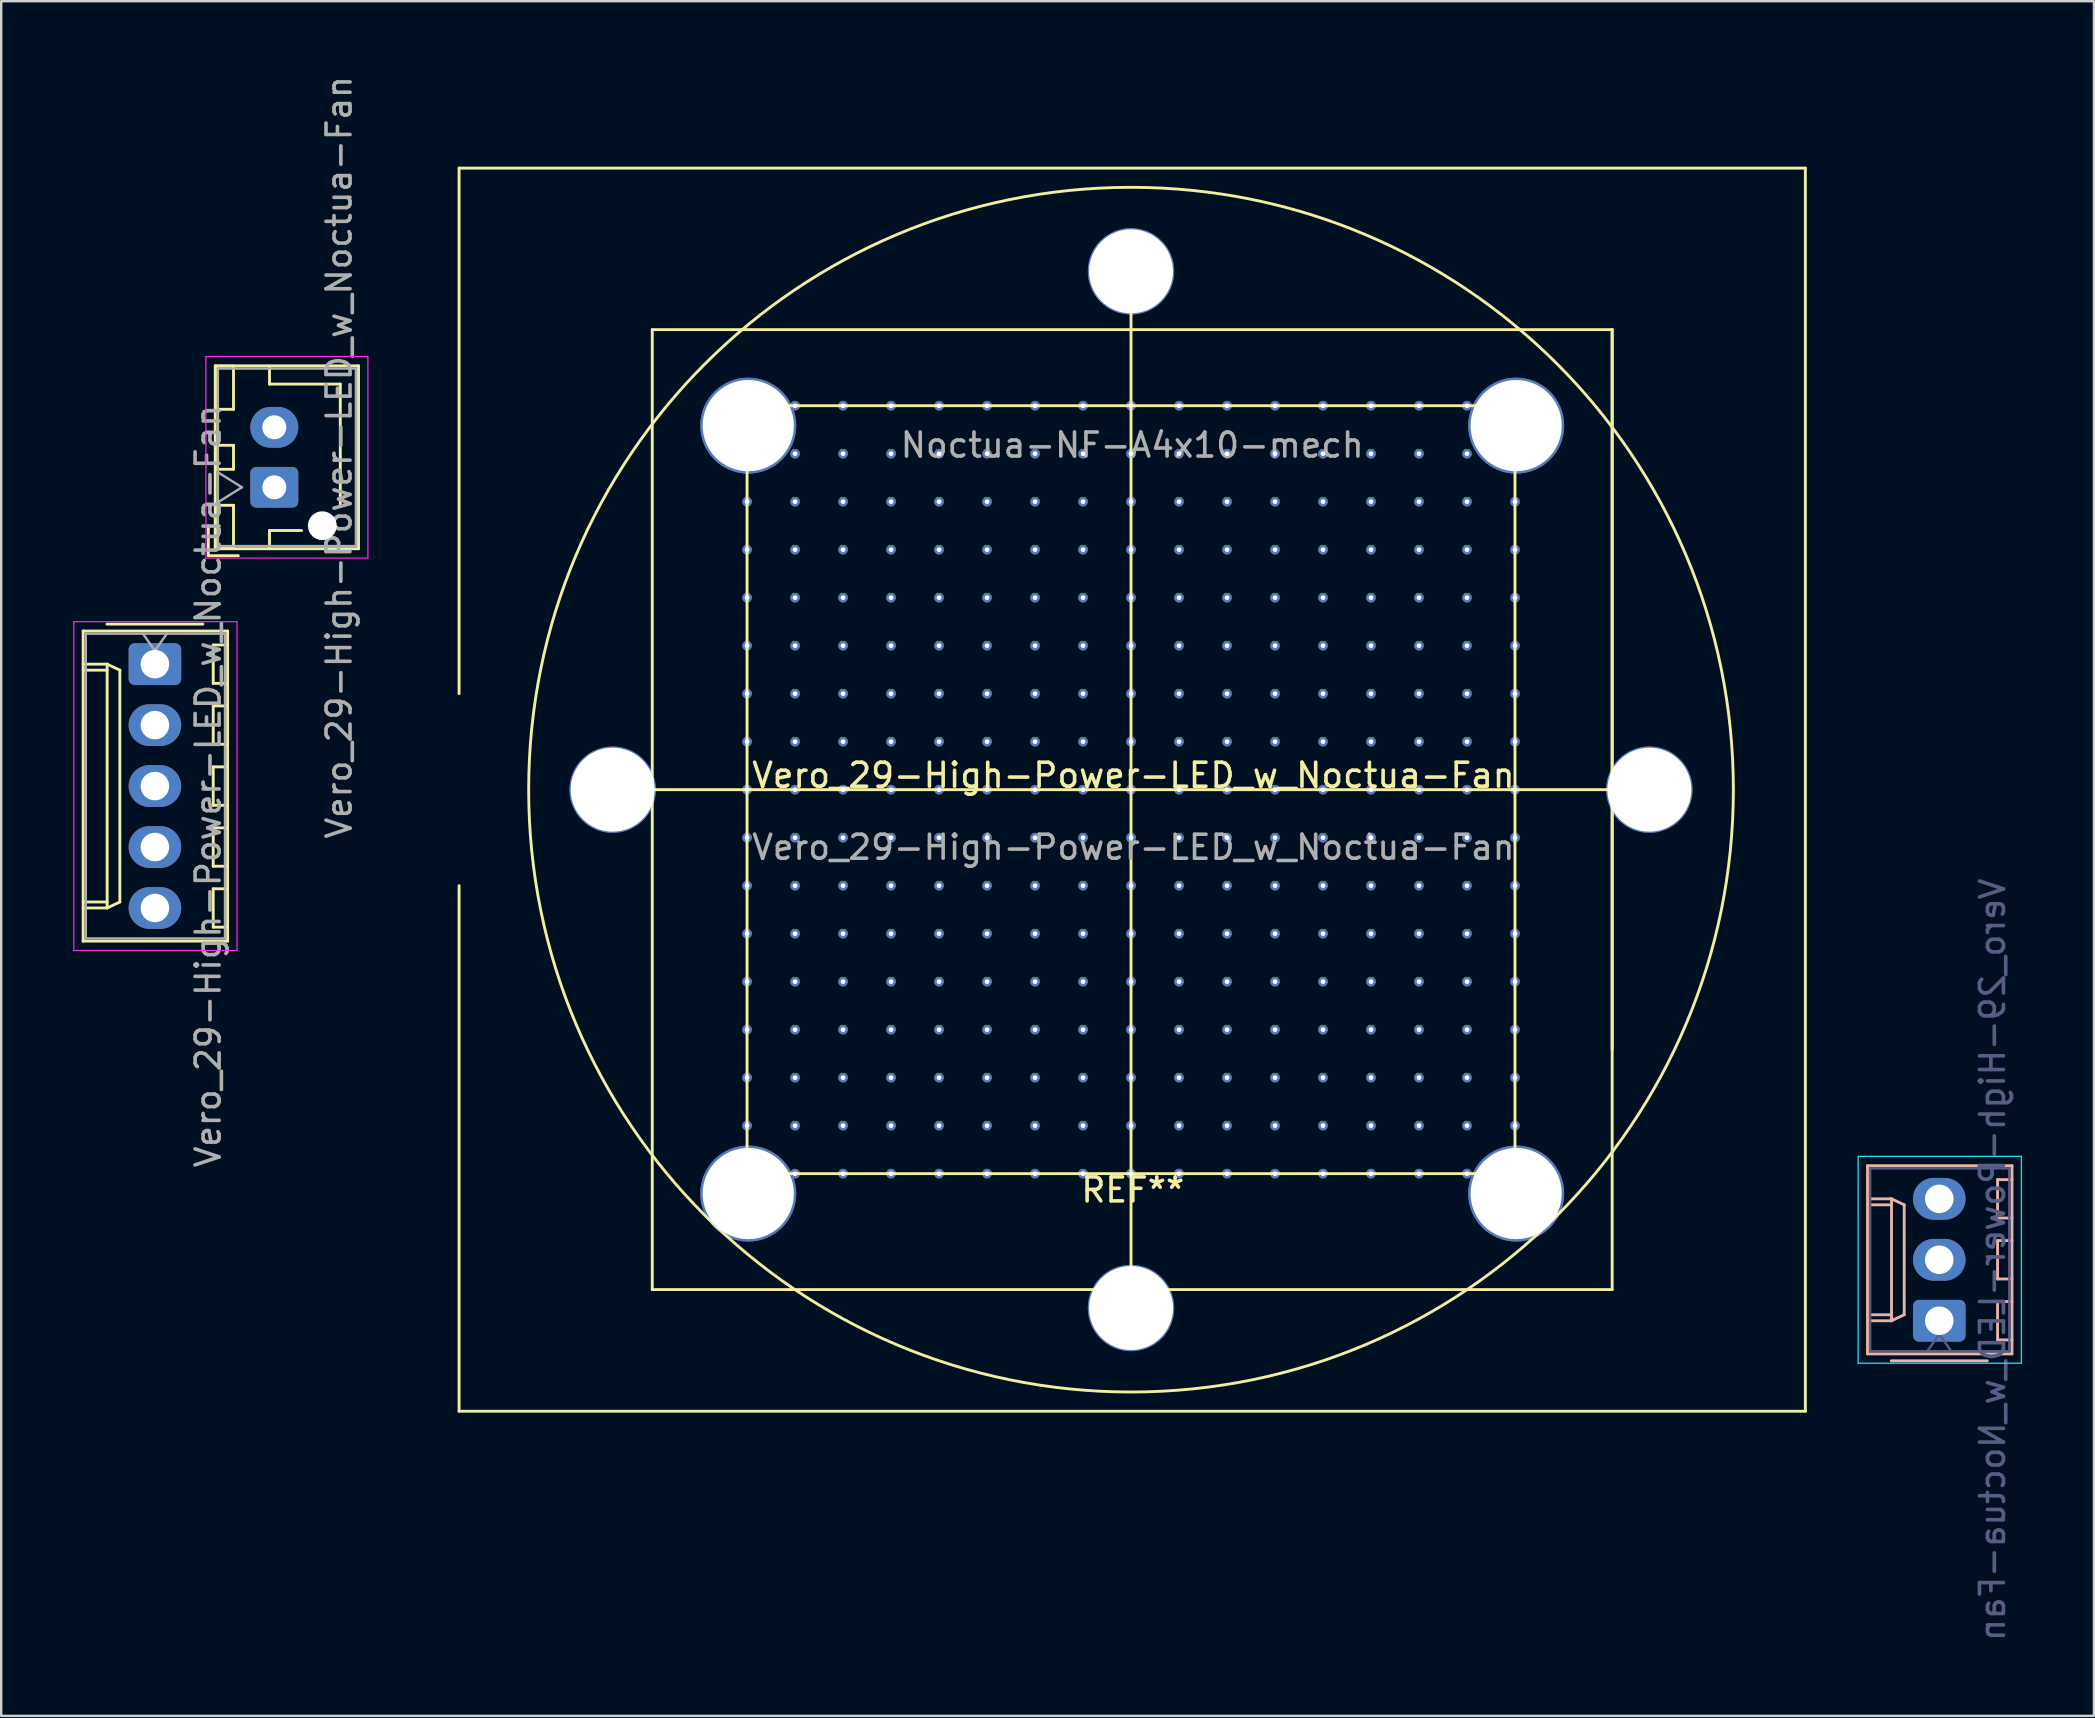
<source format=kicad_pcb>
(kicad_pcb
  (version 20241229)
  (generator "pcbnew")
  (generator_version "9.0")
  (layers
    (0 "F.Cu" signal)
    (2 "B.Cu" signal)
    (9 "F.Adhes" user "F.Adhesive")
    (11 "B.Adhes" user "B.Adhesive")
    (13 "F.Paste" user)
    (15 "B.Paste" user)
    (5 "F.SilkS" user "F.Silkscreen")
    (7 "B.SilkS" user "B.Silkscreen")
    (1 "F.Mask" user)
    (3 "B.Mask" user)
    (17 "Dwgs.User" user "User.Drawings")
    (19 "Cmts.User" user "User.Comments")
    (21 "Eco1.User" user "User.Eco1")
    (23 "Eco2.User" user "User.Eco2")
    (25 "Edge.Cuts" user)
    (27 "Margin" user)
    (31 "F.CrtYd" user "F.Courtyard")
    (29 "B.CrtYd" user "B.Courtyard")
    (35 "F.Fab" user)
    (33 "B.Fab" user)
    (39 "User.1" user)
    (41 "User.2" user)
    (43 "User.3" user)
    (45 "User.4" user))
  (footprint "Vero_29-High-Power-LED_w_Noctua-Fan"
    (layer "F.Cu")
    (at 44.18 29.756)
    (property "Reference" "Vero_29-High-Power-LED_w_Noctua-Fan" (at 0 -0.5 0) (unlocked yes) (layer "F.SilkS") (effects (font (size 1 1) (thickness 0.15))))
    (attr smd)
    (fp_line (start -43.765 -6.51) (end -43.765 6.41) (stroke (width 0.12) (type solid)) (layer "F.SilkS"))
    (fp_line (start -43.765 -5.13) (end -42.765 -5.13) (stroke (width 0.12) (type solid)) (layer "F.SilkS"))
    (fp_line (start -43.765 -4.88) (end -42.765 -4.88) (stroke (width 0.12) (type solid)) (layer "F.SilkS"))
    (fp_line (start -43.765 4.78) (end -42.765 4.78) (stroke (width 0.12) (type solid)) (layer "F.SilkS"))
    (fp_line (start -43.765 6.41) (end -37.745 6.41) (stroke (width 0.12) (type solid)) (layer "F.SilkS"))
    (fp_line (start -42.765 -5.13) (end -42.765 5.03) (stroke (width 0.12) (type solid)) (layer "F.SilkS"))
    (fp_line (start -42.765 -5.13) (end -42.235 -4.88) (stroke (width 0.12) (type solid)) (layer "F.SilkS"))
    (fp_line (start -42.765 5.03) (end -43.765 5.03) (stroke (width 0.12) (type solid)) (layer "F.SilkS"))
    (fp_line (start -42.235 -4.88) (end -42.235 4.78) (stroke (width 0.12) (type solid)) (layer "F.SilkS"))
    (fp_line (start -42.235 4.78) (end -42.765 5.03) (stroke (width 0.12) (type solid)) (layer "F.SilkS"))
    (fp_line (start -38.775 -6.8) (end -42.775 -6.8) (stroke (width 0.12) (type solid)) (layer "F.SilkS"))
    (fp_line (start -38.55 -10.9) (end -38.55 -9.65) (stroke (width 0.12) (type solid)) (layer "F.SilkS"))
    (fp_line (start -38.55 -9.65) (end -37.3 -9.65) (stroke (width 0.12) (type solid)) (layer "F.SilkS"))
    (fp_line (start -38.345 -5.93) (end -38.345 -4.33) (stroke (width 0.12) (type solid)) (layer "F.SilkS"))
    (fp_line (start -38.345 -4.33) (end -37.745 -4.33) (stroke (width 0.12) (type solid)) (layer "F.SilkS"))
    (fp_line (start -38.345 -3.39) (end -38.345 -1.79) (stroke (width 0.12) (type solid)) (layer "F.SilkS"))
    (fp_line (start -38.345 -1.79) (end -37.745 -1.79) (stroke (width 0.12) (type solid)) (layer "F.SilkS"))
    (fp_line (start -38.345 -0.85) (end -38.345 0.75) (stroke (width 0.12) (type solid)) (layer "F.SilkS"))
    (fp_line (start -38.345 0.75) (end -37.745 0.75) (stroke (width 0.12) (type solid)) (layer "F.SilkS"))
    (fp_line (start -38.345 1.69) (end -38.345 3.29) (stroke (width 0.12) (type solid)) (layer "F.SilkS"))
    (fp_line (start -38.345 3.29) (end -37.745 3.29) (stroke (width 0.12) (type solid)) (layer "F.SilkS"))
    (fp_line (start -38.345 4.23) (end -38.345 5.83) (stroke (width 0.12) (type solid)) (layer "F.SilkS"))
    (fp_line (start -38.345 5.83) (end -37.745 5.83) (stroke (width 0.12) (type solid)) (layer "F.SilkS"))
    (fp_line (start -38.26 -17.56) (end -38.26 -9.94) (stroke (width 0.12) (type solid)) (layer "F.SilkS"))
    (fp_line (start -38.26 -9.94) (end -32.29 -9.94) (stroke (width 0.12) (type solid)) (layer "F.SilkS"))
    (fp_line (start -38.25 -17.55) (end -38.25 -15.75) (stroke (width 0.12) (type solid)) (layer "F.SilkS"))
    (fp_line (start -38.25 -15.75) (end -37.5 -15.75) (stroke (width 0.12) (type solid)) (layer "F.SilkS"))
    (fp_line (start -38.25 -14.25) (end -38.25 -13.25) (stroke (width 0.12) (type solid)) (layer "F.SilkS"))
    (fp_line (start -38.25 -13.25) (end -37.5 -13.25) (stroke (width 0.12) (type solid)) (layer "F.SilkS"))
    (fp_line (start -38.25 -11.75) (end -38.25 -9.95) (stroke (width 0.12) (type solid)) (layer "F.SilkS"))
    (fp_line (start -38.25 -9.95) (end -37.5 -9.95) (stroke (width 0.12) (type solid)) (layer "F.SilkS"))
    (fp_line (start -37.745 -6.51) (end -43.765 -6.51) (stroke (width 0.12) (type solid)) (layer "F.SilkS"))
    (fp_line (start -37.745 -5.93) (end -38.345 -5.93) (stroke (width 0.12) (type solid)) (layer "F.SilkS"))
    (fp_line (start -37.745 -3.39) (end -38.345 -3.39) (stroke (width 0.12) (type solid)) (layer "F.SilkS"))
    (fp_line (start -37.745 -0.85) (end -38.345 -0.85) (stroke (width 0.12) (type solid)) (layer "F.SilkS"))
    (fp_line (start -37.745 1.69) (end -38.345 1.69) (stroke (width 0.12) (type solid)) (layer "F.SilkS"))
    (fp_line (start -37.745 4.23) (end -38.345 4.23) (stroke (width 0.12) (type solid)) (layer "F.SilkS"))
    (fp_line (start -37.745 6.41) (end -37.745 -6.51) (stroke (width 0.12) (type solid)) (layer "F.SilkS"))
    (fp_line (start -37.5 -17.55) (end -38.25 -17.55) (stroke (width 0.12) (type solid)) (layer "F.SilkS"))
    (fp_line (start -37.5 -15.75) (end -37.5 -17.55) (stroke (width 0.12) (type solid)) (layer "F.SilkS"))
    (fp_line (start -37.5 -14.25) (end -38.25 -14.25) (stroke (width 0.12) (type solid)) (layer "F.SilkS"))
    (fp_line (start -37.5 -13.25) (end -37.5 -14.25) (stroke (width 0.12) (type solid)) (layer "F.SilkS"))
    (fp_line (start -37.5 -11.75) (end -38.25 -11.75) (stroke (width 0.12) (type solid)) (layer "F.SilkS"))
    (fp_line (start -37.5 -9.95) (end -37.5 -11.75) (stroke (width 0.12) (type solid)) (layer "F.SilkS"))
    (fp_line (start -36 -17.55) (end -36 -16.8) (stroke (width 0.12) (type solid)) (layer "F.SilkS"))
    (fp_line (start -36 -16.8) (end -33.05 -16.8) (stroke (width 0.12) (type solid)) (layer "F.SilkS"))
    (fp_line (start -36 -10.7) (end -34.66 -10.7) (stroke (width 0.12) (type solid)) (layer "F.SilkS"))
    (fp_line (start -36 -9.95) (end -36 -10.7) (stroke (width 0.12) (type solid)) (layer "F.SilkS"))
    (fp_line (start -33.05 -16.8) (end -33.05 -13.75) (stroke (width 0.12) (type solid)) (layer "F.SilkS"))
    (fp_line (start -33.05 -13.75) (end -33.05 -11.76) (stroke (width 0.12) (type solid)) (layer "F.SilkS"))
    (fp_line (start -32.29 -17.56) (end -38.26 -17.56) (stroke (width 0.12) (type solid)) (layer "F.SilkS"))
    (fp_line (start -32.29 -9.94) (end -32.29 -17.56) (stroke (width 0.12) (type solid)) (layer "F.SilkS"))
    (fp_line (start -28.1 -25.8) (end 28 -25.8) (stroke (width 0.12) (type solid)) (layer "F.SilkS"))
    (fp_line (start -28.1 -3.9) (end -28.1 -25.8) (stroke (width 0.12) (type solid)) (layer "F.SilkS"))
    (fp_line (start -28.1 26) (end -28.1 4.1) (stroke (width 0.12) (type solid)) (layer "F.SilkS"))
    (fp_line (start -21.6 0.1) (end 21.4 0.1) (stroke (width 0.12) (type solid)) (layer "F.SilkS"))
    (fp_line (start -20.05 -19.07) (end -20.05 20.93) (stroke (width 0.12) (type solid)) (layer "F.SilkS"))
    (fp_line (start -20.05 -19.07) (end 19.95 -19.07) (stroke (width 0.12) (type solid)) (layer "F.SilkS"))
    (fp_line (start -20.05 20.93) (end 19.95 20.93) (stroke (width 0.12) (type solid)) (layer "F.SilkS"))
    (fp_line (start -16.1 -15.9) (end -16.1 16.1) (stroke (width 0.12) (type solid)) (layer "F.SilkS"))
    (fp_line (start -16.1 -15.9) (end 15.9 -15.9) (stroke (width 0.12) (type solid)) (layer "F.SilkS"))
    (fp_line (start -16.1 16.1) (end 15.9 16.1) (stroke (width 0.12) (type solid)) (layer "F.SilkS"))
    (fp_line (start -0.1 21.6) (end -0.1 -21.4) (stroke (width 0.12) (type solid)) (layer "F.SilkS"))
    (fp_line (start 15.9 16.1) (end 15.9 -15.9) (stroke (width 0.12) (type solid)) (layer "F.SilkS"))
    (fp_line (start 19.95 -19.07) (end 19.95 20.93) (stroke (width 0.12) (type solid)) (layer "F.SilkS"))
    (fp_line (start 19.95 10.93) (end 19.95 -19.07) (stroke (width 0.12) (type solid)) (layer "F.SilkS"))
    (fp_line (start 28 -25.8) (end 28 26) (stroke (width 0.12) (type solid)) (layer "F.SilkS"))
    (fp_line (start 28 26) (end -28.1 26) (stroke (width 0.12) (type solid)) (layer "F.SilkS"))
    (fp_circle (center -0.1 0.1) (end 25 0.1) (stroke (width 0.12) (type solid)) (fill no) (layer "F.SilkS"))
    (fp_line (start 30.59 15.77) (end 36.61 15.77) (stroke (width 0.12) (type solid)) (layer "B.SilkS"))
    (fp_line (start 30.59 17.4) (end 31.59 17.4) (stroke (width 0.12) (type solid)) (layer "B.SilkS"))
    (fp_line (start 30.59 21.98) (end 31.59 21.98) (stroke (width 0.12) (type solid)) (layer "B.SilkS"))
    (fp_line (start 30.59 22.23) (end 31.59 22.23) (stroke (width 0.12) (type solid)) (layer "B.SilkS"))
    (fp_line (start 30.59 23.61) (end 30.59 15.77) (stroke (width 0.12) (type solid)) (layer "B.SilkS"))
    (fp_line (start 31.59 17.15) (end 30.59 17.15) (stroke (width 0.12) (type solid)) (layer "B.SilkS"))
    (fp_line (start 31.59 22.23) (end 31.59 17.15) (stroke (width 0.12) (type solid)) (layer "B.SilkS"))
    (fp_line (start 31.59 22.23) (end 32.12 21.98) (stroke (width 0.12) (type solid)) (layer "B.SilkS"))
    (fp_line (start 32.12 17.4) (end 31.59 17.15) (stroke (width 0.12) (type solid)) (layer "B.SilkS"))
    (fp_line (start 32.12 21.98) (end 32.12 17.4) (stroke (width 0.12) (type solid)) (layer "B.SilkS"))
    (fp_line (start 35.58 23.9) (end 31.58 23.9) (stroke (width 0.12) (type solid)) (layer "B.SilkS"))
    (fp_line (start 36.01 16.35) (end 36.61 16.35) (stroke (width 0.12) (type solid)) (layer "B.SilkS"))
    (fp_line (start 36.01 17.95) (end 36.01 16.35) (stroke (width 0.12) (type solid)) (layer "B.SilkS"))
    (fp_line (start 36.01 18.89) (end 36.61 18.89) (stroke (width 0.12) (type solid)) (layer "B.SilkS"))
    (fp_line (start 36.01 20.49) (end 36.01 18.89) (stroke (width 0.12) (type solid)) (layer "B.SilkS"))
    (fp_line (start 36.01 21.43) (end 36.61 21.43) (stroke (width 0.12) (type solid)) (layer "B.SilkS"))
    (fp_line (start 36.01 23.03) (end 36.01 21.43) (stroke (width 0.12) (type solid)) (layer "B.SilkS"))
    (fp_line (start 36.61 15.77) (end 36.61 23.61) (stroke (width 0.12) (type solid)) (layer "B.SilkS"))
    (fp_line (start 36.61 17.95) (end 36.01 17.95) (stroke (width 0.12) (type solid)) (layer "B.SilkS"))
    (fp_line (start 36.61 20.49) (end 36.01 20.49) (stroke (width 0.12) (type solid)) (layer "B.SilkS"))
    (fp_line (start 36.61 23.03) (end 36.01 23.03) (stroke (width 0.12) (type solid)) (layer "B.SilkS"))
    (fp_line (start 36.61 23.61) (end 30.59 23.61) (stroke (width 0.12) (type solid)) (layer "B.SilkS"))
    (fp_line (start 30.2 15.38) (end 37 15.38) (stroke (width 0.05) (type solid)) (layer "B.CrtYd"))
    (fp_line (start 30.2 24) (end 30.2 15.38) (stroke (width 0.05) (type solid)) (layer "B.CrtYd"))
    (fp_line (start 37 15.38) (end 37 24) (stroke (width 0.05) (type solid)) (layer "B.CrtYd"))
    (fp_line (start 37 24) (end 30.2 24) (stroke (width 0.05) (type solid)) (layer "B.CrtYd"))
    (fp_line (start -44.155 -6.9) (end -44.155 6.8) (stroke (width 0.05) (type solid)) (layer "F.CrtYd"))
    (fp_line (start -44.155 6.8) (end -37.355 6.8) (stroke (width 0.05) (type solid)) (layer "F.CrtYd"))
    (fp_line (start -38.65 -17.95) (end -38.65 -9.55) (stroke (width 0.05) (type solid)) (layer "F.CrtYd"))
    (fp_line (start -38.65 -9.55) (end -31.9 -9.55) (stroke (width 0.05) (type solid)) (layer "F.CrtYd"))
    (fp_line (start -37.355 -6.9) (end -44.155 -6.9) (stroke (width 0.05) (type solid)) (layer "F.CrtYd"))
    (fp_line (start -37.355 6.8) (end -37.355 -6.9) (stroke (width 0.05) (type solid)) (layer "F.CrtYd"))
    (fp_line (start -31.9 -17.95) (end -38.65 -17.95) (stroke (width 0.05) (type solid)) (layer "F.CrtYd"))
    (fp_line (start -31.9 -9.55) (end -31.9 -17.95) (stroke (width 0.05) (type solid)) (layer "F.CrtYd"))
    (fp_line (start 30.7 15.88) (end 36.5 15.88) (stroke (width 0.1) (type solid)) (layer "B.Fab"))
    (fp_line (start 30.7 23.5) (end 30.7 15.88) (stroke (width 0.1) (type solid)) (layer "B.Fab"))
    (fp_line (start 33.58 22.793) (end 33.08 23.5) (stroke (width 0.1) (type solid)) (layer "B.Fab"))
    (fp_line (start 34.08 23.5) (end 33.58 22.793) (stroke (width 0.1) (type solid)) (layer "B.Fab"))
    (fp_line (start 36.5 15.88) (end 36.5 23.5) (stroke (width 0.1) (type solid)) (layer "B.Fab"))
    (fp_line (start 36.5 23.5) (end 30.7 23.5) (stroke (width 0.1) (type solid)) (layer "B.Fab"))
    (fp_line (start -43.655 -6.4) (end -43.655 6.3) (stroke (width 0.1) (type solid)) (layer "F.Fab"))
    (fp_line (start -43.655 6.3) (end -37.855 6.3) (stroke (width 0.1) (type solid)) (layer "F.Fab"))
    (fp_line (start -40.775 -5.693) (end -41.275 -6.4) (stroke (width 0.1) (type solid)) (layer "F.Fab"))
    (fp_line (start -40.275 -6.4) (end -40.775 -5.693) (stroke (width 0.1) (type solid)) (layer "F.Fab"))
    (fp_line (start -38.15 -17.45) (end -38.15 -10.05) (stroke (width 0.1) (type solid)) (layer "F.Fab"))
    (fp_line (start -38.15 -11.875) (end -37.15 -12.5) (stroke (width 0.1) (type solid)) (layer "F.Fab"))
    (fp_line (start -38.15 -10.05) (end -32.4 -10.05) (stroke (width 0.1) (type solid)) (layer "F.Fab"))
    (fp_line (start -37.855 -6.4) (end -43.655 -6.4) (stroke (width 0.1) (type solid)) (layer "F.Fab"))
    (fp_line (start -37.855 6.3) (end -37.855 -6.4) (stroke (width 0.1) (type solid)) (layer "F.Fab"))
    (fp_line (start -37.15 -12.5) (end -38.15 -13.125) (stroke (width 0.1) (type solid)) (layer "F.Fab"))
    (fp_line (start -32.4 -17.45) (end -38.15 -17.45) (stroke (width 0.1) (type solid)) (layer "F.Fab"))
    (fp_line (start -32.4 -10.05) (end -32.4 -17.45) (stroke (width 0.1) (type solid)) (layer "F.Fab"))
    (fp_text user "REF**" (at -0.025 16.78 0) (layer "F.SilkS") (effects (font (size 1 1) (thickness 0.15))))
    (fp_text user "${REFERENCE}" (at 35.8 19.69 270) (layer "B.Fab") (effects (font (size 1 1) (thickness 0.15)) (justify mirror)))
    (fp_text user "Noctua-NF-A4x10-mech" (at -0.05 -14.259 0) (layer "F.Fab") (effects (font (size 1 1) (thickness 0.15))))
    (fp_text user "${REFERENCE}" (at 0 2.5 0) (unlocked yes) (layer "F.Fab") (effects (font (size 1 1) (thickness 0.15))))
    (fp_text user "${REFERENCE}" (at -38.555 -0.05 270) (layer "F.Fab") (effects (font (size 1 1) (thickness 0.15))))
    (fp_text user "${REFERENCE}" (at -33.1 -13.75 90) (layer "F.Fab") (effects (font (size 1 1) (thickness 0.15))))
    (pad "" np_thru_hole circle (at -33.8 -10.9 90) (size 1.2 1.2) (drill 1.2) (layers "*.Cu" "*.Mask"))
    (pad "0" thru_hole circle (at -21.7 0.1) (size 3.6 3.6) (drill 3.5) (layers "*.Cu" "*.Mask"))
    (pad "0" thru_hole circle (at -16.1 -15.9) (size 0.4 0.4) (drill 0.2) (layers "*.Cu" "*.Mask"))
    (pad "0" thru_hole circle (at -16.1 -13.9) (size 0.4 0.4) (drill 0.2) (layers "*.Cu" "*.Mask"))
    (pad "0" thru_hole circle (at -16.1 -11.9) (size 0.4 0.4) (drill 0.2) (layers "*.Cu" "*.Mask"))
    (pad "0" thru_hole circle (at -16.1 -9.9) (size 0.4 0.4) (drill 0.2) (layers "*.Cu" "*.Mask"))
    (pad "0" thru_hole circle (at -16.1 -7.9) (size 0.4 0.4) (drill 0.2) (layers "*.Cu" "*.Mask"))
    (pad "0" thru_hole circle (at -16.1 -5.9) (size 0.4 0.4) (drill 0.2) (layers "*.Cu" "*.Mask"))
    (pad "0" thru_hole circle (at -16.1 -3.9) (size 0.4 0.4) (drill 0.2) (layers "*.Cu" "*.Mask"))
    (pad "0" thru_hole circle (at -16.1 -1.9) (size 0.4 0.4) (drill 0.2) (layers "*.Cu" "*.Mask"))
    (pad "0" thru_hole circle (at -16.1 0.1) (size 0.4 0.4) (drill 0.2) (layers "*.Cu" "*.Mask"))
    (pad "0" thru_hole circle (at -16.1 2.1) (size 0.4 0.4) (drill 0.2) (layers "*.Cu" "*.Mask"))
    (pad "0" thru_hole circle (at -16.1 4.1) (size 0.4 0.4) (drill 0.2) (layers "*.Cu" "*.Mask"))
    (pad "0" thru_hole circle (at -16.1 6.1) (size 0.4 0.4) (drill 0.2) (layers "*.Cu" "*.Mask"))
    (pad "0" thru_hole circle (at -16.1 8.1) (size 0.4 0.4) (drill 0.2) (layers "*.Cu" "*.Mask"))
    (pad "0" thru_hole circle (at -16.1 10.1) (size 0.4 0.4) (drill 0.2) (layers "*.Cu" "*.Mask"))
    (pad "0" thru_hole circle (at -16.1 12.1) (size 0.4 0.4) (drill 0.2) (layers "*.Cu" "*.Mask"))
    (pad "0" thru_hole circle (at -16.1 14.1) (size 0.4 0.4) (drill 0.2) (layers "*.Cu" "*.Mask"))
    (pad "0" thru_hole circle (at -16.1 16.1) (size 0.4 0.4) (drill 0.2) (layers "*.Cu" "*.Mask"))
    (pad "0" thru_hole circle (at -16.05 -15.07) (size 4 4) (drill 3.8) (layers "*.Cu" "*.Mask"))
    (pad "0" thru_hole circle (at -16.05 16.93) (size 4 4) (drill 3.8) (layers "*.Cu" "*.Mask"))
    (pad "0" thru_hole circle (at -14.1 -15.9) (size 0.4 0.4) (drill 0.2) (layers "*.Cu" "*.Mask"))
    (pad "0" thru_hole circle (at -14.1 -13.9) (size 0.4 0.4) (drill 0.2) (layers "*.Cu" "*.Mask"))
    (pad "0" thru_hole circle (at -14.1 -11.9) (size 0.4 0.4) (drill 0.2) (layers "*.Cu" "*.Mask"))
    (pad "0" thru_hole circle (at -14.1 -9.9) (size 0.4 0.4) (drill 0.2) (layers "*.Cu" "*.Mask"))
    (pad "0" thru_hole circle (at -14.1 -7.9) (size 0.4 0.4) (drill 0.2) (layers "*.Cu" "*.Mask"))
    (pad "0" thru_hole circle (at -14.1 -5.9) (size 0.4 0.4) (drill 0.2) (layers "*.Cu" "*.Mask"))
    (pad "0" thru_hole circle (at -14.1 -3.9) (size 0.4 0.4) (drill 0.2) (layers "*.Cu" "*.Mask"))
    (pad "0" thru_hole circle (at -14.1 -1.9) (size 0.4 0.4) (drill 0.2) (layers "*.Cu" "*.Mask"))
    (pad "0" thru_hole circle (at -14.1 0.1) (size 0.4 0.4) (drill 0.2) (layers "*.Cu" "*.Mask"))
    (pad "0" thru_hole circle (at -14.1 2.1) (size 0.4 0.4) (drill 0.2) (layers "*.Cu" "*.Mask"))
    (pad "0" thru_hole circle (at -14.1 4.1) (size 0.4 0.4) (drill 0.2) (layers "*.Cu" "*.Mask"))
    (pad "0" thru_hole circle (at -14.1 6.1) (size 0.4 0.4) (drill 0.2) (layers "*.Cu" "*.Mask"))
    (pad "0" thru_hole circle (at -14.1 8.1) (size 0.4 0.4) (drill 0.2) (layers "*.Cu" "*.Mask"))
    (pad "0" thru_hole circle (at -14.1 10.1) (size 0.4 0.4) (drill 0.2) (layers "*.Cu" "*.Mask"))
    (pad "0" thru_hole circle (at -14.1 12.1) (size 0.4 0.4) (drill 0.2) (layers "*.Cu" "*.Mask"))
    (pad "0" thru_hole circle (at -14.1 14.1) (size 0.4 0.4) (drill 0.2) (layers "*.Cu" "*.Mask"))
    (pad "0" thru_hole circle (at -14.1 16.1) (size 0.4 0.4) (drill 0.2) (layers "*.Cu" "*.Mask"))
    (pad "0" thru_hole circle (at -12.1 -15.9) (size 0.4 0.4) (drill 0.2) (layers "*.Cu" "*.Mask"))
    (pad "0" thru_hole circle (at -12.1 -13.9) (size 0.4 0.4) (drill 0.2) (layers "*.Cu" "*.Mask"))
    (pad "0" thru_hole circle (at -12.1 -11.9) (size 0.4 0.4) (drill 0.2) (layers "*.Cu" "*.Mask"))
    (pad "0" thru_hole circle (at -12.1 -9.9) (size 0.4 0.4) (drill 0.2) (layers "*.Cu" "*.Mask"))
    (pad "0" thru_hole circle (at -12.1 -7.9) (size 0.4 0.4) (drill 0.2) (layers "*.Cu" "*.Mask"))
    (pad "0" thru_hole circle (at -12.1 -5.9) (size 0.4 0.4) (drill 0.2) (layers "*.Cu" "*.Mask"))
    (pad "0" thru_hole circle (at -12.1 -3.9) (size 0.4 0.4) (drill 0.2) (layers "*.Cu" "*.Mask"))
    (pad "0" thru_hole circle (at -12.1 -1.9) (size 0.4 0.4) (drill 0.2) (layers "*.Cu" "*.Mask"))
    (pad "0" thru_hole circle (at -12.1 0.1) (size 0.4 0.4) (drill 0.2) (layers "*.Cu" "*.Mask"))
    (pad "0" thru_hole circle (at -12.1 2.1) (size 0.4 0.4) (drill 0.2) (layers "*.Cu" "*.Mask"))
    (pad "0" thru_hole circle (at -12.1 4.1) (size 0.4 0.4) (drill 0.2) (layers "*.Cu" "*.Mask"))
    (pad "0" thru_hole circle (at -12.1 6.1) (size 0.4 0.4) (drill 0.2) (layers "*.Cu" "*.Mask"))
    (pad "0" thru_hole circle (at -12.1 8.1) (size 0.4 0.4) (drill 0.2) (layers "*.Cu" "*.Mask"))
    (pad "0" thru_hole circle (at -12.1 10.1) (size 0.4 0.4) (drill 0.2) (layers "*.Cu" "*.Mask"))
    (pad "0" thru_hole circle (at -12.1 12.1) (size 0.4 0.4) (drill 0.2) (layers "*.Cu" "*.Mask"))
    (pad "0" thru_hole circle (at -12.1 14.1) (size 0.4 0.4) (drill 0.2) (layers "*.Cu" "*.Mask"))
    (pad "0" thru_hole circle (at -12.1 16.1) (size 0.4 0.4) (drill 0.2) (layers "*.Cu" "*.Mask"))
    (pad "0" thru_hole circle (at -10.1 -15.9) (size 0.4 0.4) (drill 0.2) (layers "*.Cu" "*.Mask"))
    (pad "0" thru_hole circle (at -10.1 -13.9) (size 0.4 0.4) (drill 0.2) (layers "*.Cu" "*.Mask"))
    (pad "0" thru_hole circle (at -10.1 -11.9) (size 0.4 0.4) (drill 0.2) (layers "*.Cu" "*.Mask"))
    (pad "0" thru_hole circle (at -10.1 -9.9) (size 0.4 0.4) (drill 0.2) (layers "*.Cu" "*.Mask"))
    (pad "0" thru_hole circle (at -10.1 -7.9) (size 0.4 0.4) (drill 0.2) (layers "*.Cu" "*.Mask"))
    (pad "0" thru_hole circle (at -10.1 -5.9) (size 0.4 0.4) (drill 0.2) (layers "*.Cu" "*.Mask"))
    (pad "0" thru_hole circle (at -10.1 -3.9) (size 0.4 0.4) (drill 0.2) (layers "*.Cu" "*.Mask"))
    (pad "0" thru_hole circle (at -10.1 -1.9) (size 0.4 0.4) (drill 0.2) (layers "*.Cu" "*.Mask"))
    (pad "0" thru_hole circle (at -10.1 0.1) (size 0.4 0.4) (drill 0.2) (layers "*.Cu" "*.Mask"))
    (pad "0" thru_hole circle (at -10.1 2.1) (size 0.4 0.4) (drill 0.2) (layers "*.Cu" "*.Mask"))
    (pad "0" thru_hole circle (at -10.1 4.1) (size 0.4 0.4) (drill 0.2) (layers "*.Cu" "*.Mask"))
    (pad "0" thru_hole circle (at -10.1 6.1) (size 0.4 0.4) (drill 0.2) (layers "*.Cu" "*.Mask"))
    (pad "0" thru_hole circle (at -10.1 8.1) (size 0.4 0.4) (drill 0.2) (layers "*.Cu" "*.Mask"))
    (pad "0" thru_hole circle (at -10.1 10.1) (size 0.4 0.4) (drill 0.2) (layers "*.Cu" "*.Mask"))
    (pad "0" thru_hole circle (at -10.1 12.1) (size 0.4 0.4) (drill 0.2) (layers "*.Cu" "*.Mask"))
    (pad "0" thru_hole circle (at -10.1 14.1) (size 0.4 0.4) (drill 0.2) (layers "*.Cu" "*.Mask"))
    (pad "0" thru_hole circle (at -10.1 16.1) (size 0.4 0.4) (drill 0.2) (layers "*.Cu" "*.Mask"))
    (pad "0" thru_hole circle (at -8.1 -15.9) (size 0.4 0.4) (drill 0.2) (layers "*.Cu" "*.Mask"))
    (pad "0" thru_hole circle (at -8.1 -13.9) (size 0.4 0.4) (drill 0.2) (layers "*.Cu" "*.Mask"))
    (pad "0" thru_hole circle (at -8.1 -11.9) (size 0.4 0.4) (drill 0.2) (layers "*.Cu" "*.Mask"))
    (pad "0" thru_hole circle (at -8.1 -9.9) (size 0.4 0.4) (drill 0.2) (layers "*.Cu" "*.Mask"))
    (pad "0" thru_hole circle (at -8.1 -7.9) (size 0.4 0.4) (drill 0.2) (layers "*.Cu" "*.Mask"))
    (pad "0" thru_hole circle (at -8.1 -5.9) (size 0.4 0.4) (drill 0.2) (layers "*.Cu" "*.Mask"))
    (pad "0" thru_hole circle (at -8.1 -3.9) (size 0.4 0.4) (drill 0.2) (layers "*.Cu" "*.Mask"))
    (pad "0" thru_hole circle (at -8.1 -1.9) (size 0.4 0.4) (drill 0.2) (layers "*.Cu" "*.Mask"))
    (pad "0" thru_hole circle (at -8.1 0.1) (size 0.4 0.4) (drill 0.2) (layers "*.Cu" "*.Mask"))
    (pad "0" thru_hole circle (at -8.1 2.1) (size 0.4 0.4) (drill 0.2) (layers "*.Cu" "*.Mask"))
    (pad "0" thru_hole circle (at -8.1 4.1) (size 0.4 0.4) (drill 0.2) (layers "*.Cu" "*.Mask"))
    (pad "0" thru_hole circle (at -8.1 6.1) (size 0.4 0.4) (drill 0.2) (layers "*.Cu" "*.Mask"))
    (pad "0" thru_hole circle (at -8.1 8.1) (size 0.4 0.4) (drill 0.2) (layers "*.Cu" "*.Mask"))
    (pad "0" thru_hole circle (at -8.1 10.1) (size 0.4 0.4) (drill 0.2) (layers "*.Cu" "*.Mask"))
    (pad "0" thru_hole circle (at -8.1 12.1) (size 0.4 0.4) (drill 0.2) (layers "*.Cu" "*.Mask"))
    (pad "0" thru_hole circle (at -8.1 14.1) (size 0.4 0.4) (drill 0.2) (layers "*.Cu" "*.Mask"))
    (pad "0" thru_hole circle (at -8.1 16.1) (size 0.4 0.4) (drill 0.2) (layers "*.Cu" "*.Mask"))
    (pad "0" thru_hole circle (at -6.1 -15.9) (size 0.4 0.4) (drill 0.2) (layers "*.Cu" "*.Mask"))
    (pad "0" thru_hole circle (at -6.1 -13.9) (size 0.4 0.4) (drill 0.2) (layers "*.Cu" "*.Mask"))
    (pad "0" thru_hole circle (at -6.1 -11.9) (size 0.4 0.4) (drill 0.2) (layers "*.Cu" "*.Mask"))
    (pad "0" thru_hole circle (at -6.1 -9.9) (size 0.4 0.4) (drill 0.2) (layers "*.Cu" "*.Mask"))
    (pad "0" thru_hole circle (at -6.1 -7.9) (size 0.4 0.4) (drill 0.2) (layers "*.Cu" "*.Mask"))
    (pad "0" thru_hole circle (at -6.1 -5.9) (size 0.4 0.4) (drill 0.2) (layers "*.Cu" "*.Mask"))
    (pad "0" thru_hole circle (at -6.1 -3.9) (size 0.4 0.4) (drill 0.2) (layers "*.Cu" "*.Mask"))
    (pad "0" thru_hole circle (at -6.1 -1.9) (size 0.4 0.4) (drill 0.2) (layers "*.Cu" "*.Mask"))
    (pad "0" thru_hole circle (at -6.1 0.1) (size 0.4 0.4) (drill 0.2) (layers "*.Cu" "*.Mask"))
    (pad "0" thru_hole circle (at -6.1 2.1) (size 0.4 0.4) (drill 0.2) (layers "*.Cu" "*.Mask"))
    (pad "0" thru_hole circle (at -6.1 4.1) (size 0.4 0.4) (drill 0.2) (layers "*.Cu" "*.Mask"))
    (pad "0" thru_hole circle (at -6.1 6.1) (size 0.4 0.4) (drill 0.2) (layers "*.Cu" "*.Mask"))
    (pad "0" thru_hole circle (at -6.1 8.1) (size 0.4 0.4) (drill 0.2) (layers "*.Cu" "*.Mask"))
    (pad "0" thru_hole circle (at -6.1 10.1) (size 0.4 0.4) (drill 0.2) (layers "*.Cu" "*.Mask"))
    (pad "0" thru_hole circle (at -6.1 12.1) (size 0.4 0.4) (drill 0.2) (layers "*.Cu" "*.Mask"))
    (pad "0" thru_hole circle (at -6.1 14.1) (size 0.4 0.4) (drill 0.2) (layers "*.Cu" "*.Mask"))
    (pad "0" thru_hole circle (at -6.1 16.1) (size 0.4 0.4) (drill 0.2) (layers "*.Cu" "*.Mask"))
    (pad "0" thru_hole circle (at -4.1 -15.9) (size 0.4 0.4) (drill 0.2) (layers "*.Cu" "*.Mask"))
    (pad "0" thru_hole circle (at -4.1 -13.9) (size 0.4 0.4) (drill 0.2) (layers "*.Cu" "*.Mask"))
    (pad "0" thru_hole circle (at -4.1 -11.9) (size 0.4 0.4) (drill 0.2) (layers "*.Cu" "*.Mask"))
    (pad "0" thru_hole circle (at -4.1 -9.9) (size 0.4 0.4) (drill 0.2) (layers "*.Cu" "*.Mask"))
    (pad "0" thru_hole circle (at -4.1 -7.9) (size 0.4 0.4) (drill 0.2) (layers "*.Cu" "*.Mask"))
    (pad "0" thru_hole circle (at -4.1 -5.9) (size 0.4 0.4) (drill 0.2) (layers "*.Cu" "*.Mask"))
    (pad "0" thru_hole circle (at -4.1 -3.9) (size 0.4 0.4) (drill 0.2) (layers "*.Cu" "*.Mask"))
    (pad "0" thru_hole circle (at -4.1 -1.9) (size 0.4 0.4) (drill 0.2) (layers "*.Cu" "*.Mask"))
    (pad "0" thru_hole circle (at -4.1 0.1) (size 0.4 0.4) (drill 0.2) (layers "*.Cu" "*.Mask"))
    (pad "0" thru_hole circle (at -4.1 2.1) (size 0.4 0.4) (drill 0.2) (layers "*.Cu" "*.Mask"))
    (pad "0" thru_hole circle (at -4.1 4.1) (size 0.4 0.4) (drill 0.2) (layers "*.Cu" "*.Mask"))
    (pad "0" thru_hole circle (at -4.1 6.1) (size 0.4 0.4) (drill 0.2) (layers "*.Cu" "*.Mask"))
    (pad "0" thru_hole circle (at -4.1 8.1) (size 0.4 0.4) (drill 0.2) (layers "*.Cu" "*.Mask"))
    (pad "0" thru_hole circle (at -4.1 10.1) (size 0.4 0.4) (drill 0.2) (layers "*.Cu" "*.Mask"))
    (pad "0" thru_hole circle (at -4.1 12.1) (size 0.4 0.4) (drill 0.2) (layers "*.Cu" "*.Mask"))
    (pad "0" thru_hole circle (at -4.1 14.1) (size 0.4 0.4) (drill 0.2) (layers "*.Cu" "*.Mask"))
    (pad "0" thru_hole circle (at -4.1 16.1) (size 0.4 0.4) (drill 0.2) (layers "*.Cu" "*.Mask"))
    (pad "0" thru_hole circle (at -2.1 -15.9) (size 0.4 0.4) (drill 0.2) (layers "*.Cu" "*.Mask"))
    (pad "0" thru_hole circle (at -2.1 -13.9) (size 0.4 0.4) (drill 0.2) (layers "*.Cu" "*.Mask"))
    (pad "0" thru_hole circle (at -2.1 -11.9) (size 0.4 0.4) (drill 0.2) (layers "*.Cu" "*.Mask"))
    (pad "0" thru_hole circle (at -2.1 -9.9) (size 0.4 0.4) (drill 0.2) (layers "*.Cu" "*.Mask"))
    (pad "0" thru_hole circle (at -2.1 -7.9) (size 0.4 0.4) (drill 0.2) (layers "*.Cu" "*.Mask"))
    (pad "0" thru_hole circle (at -2.1 -5.9) (size 0.4 0.4) (drill 0.2) (layers "*.Cu" "*.Mask"))
    (pad "0" thru_hole circle (at -2.1 -3.9) (size 0.4 0.4) (drill 0.2) (layers "*.Cu" "*.Mask"))
    (pad "0" thru_hole circle (at -2.1 -1.9) (size 0.4 0.4) (drill 0.2) (layers "*.Cu" "*.Mask"))
    (pad "0" thru_hole circle (at -2.1 0.1) (size 0.4 0.4) (drill 0.2) (layers "*.Cu" "*.Mask"))
    (pad "0" thru_hole circle (at -2.1 2.1) (size 0.4 0.4) (drill 0.2) (layers "*.Cu" "*.Mask"))
    (pad "0" thru_hole circle (at -2.1 4.1) (size 0.4 0.4) (drill 0.2) (layers "*.Cu" "*.Mask"))
    (pad "0" thru_hole circle (at -2.1 6.1) (size 0.4 0.4) (drill 0.2) (layers "*.Cu" "*.Mask"))
    (pad "0" thru_hole circle (at -2.1 8.1) (size 0.4 0.4) (drill 0.2) (layers "*.Cu" "*.Mask"))
    (pad "0" thru_hole circle (at -2.1 10.1) (size 0.4 0.4) (drill 0.2) (layers "*.Cu" "*.Mask"))
    (pad "0" thru_hole circle (at -2.1 12.1) (size 0.4 0.4) (drill 0.2) (layers "*.Cu" "*.Mask"))
    (pad "0" thru_hole circle (at -2.1 14.1) (size 0.4 0.4) (drill 0.2) (layers "*.Cu" "*.Mask"))
    (pad "0" thru_hole circle (at -2.1 16.1) (size 0.4 0.4) (drill 0.2) (layers "*.Cu" "*.Mask"))
    (pad "0" thru_hole circle (at -0.1 -21.5) (size 3.6 3.6) (drill 3.5) (layers "*.Cu" "*.Mask"))
    (pad "0" thru_hole circle (at -0.1 -15.9) (size 0.4 0.4) (drill 0.2) (layers "*.Cu" "*.Mask"))
    (pad "0" thru_hole circle (at -0.1 -13.9) (size 0.4 0.4) (drill 0.2) (layers "*.Cu" "*.Mask"))
    (pad "0" thru_hole circle (at -0.1 -11.9) (size 0.4 0.4) (drill 0.2) (layers "*.Cu" "*.Mask"))
    (pad "0" thru_hole circle (at -0.1 -9.9) (size 0.4 0.4) (drill 0.2) (layers "*.Cu" "*.Mask"))
    (pad "0" thru_hole circle (at -0.1 -7.9) (size 0.4 0.4) (drill 0.2) (layers "*.Cu" "*.Mask"))
    (pad "0" thru_hole circle (at -0.1 -5.9) (size 0.4 0.4) (drill 0.2) (layers "*.Cu" "*.Mask"))
    (pad "0" thru_hole circle (at -0.1 -3.9) (size 0.4 0.4) (drill 0.2) (layers "*.Cu" "*.Mask"))
    (pad "0" thru_hole circle (at -0.1 -1.9) (size 0.4 0.4) (drill 0.2) (layers "*.Cu" "*.Mask"))
    (pad "0" thru_hole circle (at -0.1 0.1) (size 0.4 0.4) (drill 0.2) (layers "*.Cu" "*.Mask"))
    (pad "0" thru_hole circle (at -0.1 2.1) (size 0.4 0.4) (drill 0.2) (layers "*.Cu" "*.Mask"))
    (pad "0" thru_hole circle (at -0.1 4.1) (size 0.4 0.4) (drill 0.2) (layers "*.Cu" "*.Mask"))
    (pad "0" thru_hole circle (at -0.1 6.1) (size 0.4 0.4) (drill 0.2) (layers "*.Cu" "*.Mask"))
    (pad "0" thru_hole circle (at -0.1 8.1) (size 0.4 0.4) (drill 0.2) (layers "*.Cu" "*.Mask"))
    (pad "0" thru_hole circle (at -0.1 10.1) (size 0.4 0.4) (drill 0.2) (layers "*.Cu" "*.Mask"))
    (pad "0" thru_hole circle (at -0.1 12.1) (size 0.4 0.4) (drill 0.2) (layers "*.Cu" "*.Mask"))
    (pad "0" thru_hole circle (at -0.1 14.1) (size 0.4 0.4) (drill 0.2) (layers "*.Cu" "*.Mask"))
    (pad "0" thru_hole circle (at -0.1 16.1) (size 0.4 0.4) (drill 0.2) (layers "*.Cu" "*.Mask"))
    (pad "0" thru_hole circle (at -0.1 21.7) (size 3.6 3.6) (drill 3.5) (layers "*.Cu" "*.Mask"))
    (pad "0" thru_hole circle (at 1.9 -15.9) (size 0.4 0.4) (drill 0.2) (layers "*.Cu" "*.Mask"))
    (pad "0" thru_hole circle (at 1.9 -13.9) (size 0.4 0.4) (drill 0.2) (layers "*.Cu" "*.Mask"))
    (pad "0" thru_hole circle (at 1.9 -11.9) (size 0.4 0.4) (drill 0.2) (layers "*.Cu" "*.Mask"))
    (pad "0" thru_hole circle (at 1.9 -9.9) (size 0.4 0.4) (drill 0.2) (layers "*.Cu" "*.Mask"))
    (pad "0" thru_hole circle (at 1.9 -7.9) (size 0.4 0.4) (drill 0.2) (layers "*.Cu" "*.Mask"))
    (pad "0" thru_hole circle (at 1.9 -5.9) (size 0.4 0.4) (drill 0.2) (layers "*.Cu" "*.Mask"))
    (pad "0" thru_hole circle (at 1.9 -3.9) (size 0.4 0.4) (drill 0.2) (layers "*.Cu" "*.Mask"))
    (pad "0" thru_hole circle (at 1.9 -1.9) (size 0.4 0.4) (drill 0.2) (layers "*.Cu" "*.Mask"))
    (pad "0" thru_hole circle (at 1.9 0.1) (size 0.4 0.4) (drill 0.2) (layers "*.Cu" "*.Mask"))
    (pad "0" thru_hole circle (at 1.9 2.1) (size 0.4 0.4) (drill 0.2) (layers "*.Cu" "*.Mask"))
    (pad "0" thru_hole circle (at 1.9 4.1) (size 0.4 0.4) (drill 0.2) (layers "*.Cu" "*.Mask"))
    (pad "0" thru_hole circle (at 1.9 6.1) (size 0.4 0.4) (drill 0.2) (layers "*.Cu" "*.Mask"))
    (pad "0" thru_hole circle (at 1.9 8.1) (size 0.4 0.4) (drill 0.2) (layers "*.Cu" "*.Mask"))
    (pad "0" thru_hole circle (at 1.9 10.1) (size 0.4 0.4) (drill 0.2) (layers "*.Cu" "*.Mask"))
    (pad "0" thru_hole circle (at 1.9 12.1) (size 0.4 0.4) (drill 0.2) (layers "*.Cu" "*.Mask"))
    (pad "0" thru_hole circle (at 1.9 14.1) (size 0.4 0.4) (drill 0.2) (layers "*.Cu" "*.Mask"))
    (pad "0" thru_hole circle (at 1.9 16.1) (size 0.4 0.4) (drill 0.2) (layers "*.Cu" "*.Mask"))
    (pad "0" thru_hole circle (at 3.9 -15.9) (size 0.4 0.4) (drill 0.2) (layers "*.Cu" "*.Mask"))
    (pad "0" thru_hole circle (at 3.9 -13.9) (size 0.4 0.4) (drill 0.2) (layers "*.Cu" "*.Mask"))
    (pad "0" thru_hole circle (at 3.9 -11.9) (size 0.4 0.4) (drill 0.2) (layers "*.Cu" "*.Mask"))
    (pad "0" thru_hole circle (at 3.9 -9.9) (size 0.4 0.4) (drill 0.2) (layers "*.Cu" "*.Mask"))
    (pad "0" thru_hole circle (at 3.9 -7.9) (size 0.4 0.4) (drill 0.2) (layers "*.Cu" "*.Mask"))
    (pad "0" thru_hole circle (at 3.9 -5.9) (size 0.4 0.4) (drill 0.2) (layers "*.Cu" "*.Mask"))
    (pad "0" thru_hole circle (at 3.9 -3.9) (size 0.4 0.4) (drill 0.2) (layers "*.Cu" "*.Mask"))
    (pad "0" thru_hole circle (at 3.9 -1.9) (size 0.4 0.4) (drill 0.2) (layers "*.Cu" "*.Mask"))
    (pad "0" thru_hole circle (at 3.9 0.1) (size 0.4 0.4) (drill 0.2) (layers "*.Cu" "*.Mask"))
    (pad "0" thru_hole circle (at 3.9 2.1) (size 0.4 0.4) (drill 0.2) (layers "*.Cu" "*.Mask"))
    (pad "0" thru_hole circle (at 3.9 4.1) (size 0.4 0.4) (drill 0.2) (layers "*.Cu" "*.Mask"))
    (pad "0" thru_hole circle (at 3.9 6.1) (size 0.4 0.4) (drill 0.2) (layers "*.Cu" "*.Mask"))
    (pad "0" thru_hole circle (at 3.9 8.1) (size 0.4 0.4) (drill 0.2) (layers "*.Cu" "*.Mask"))
    (pad "0" thru_hole circle (at 3.9 10.1) (size 0.4 0.4) (drill 0.2) (layers "*.Cu" "*.Mask"))
    (pad "0" thru_hole circle (at 3.9 12.1) (size 0.4 0.4) (drill 0.2) (layers "*.Cu" "*.Mask"))
    (pad "0" thru_hole circle (at 3.9 14.1) (size 0.4 0.4) (drill 0.2) (layers "*.Cu" "*.Mask"))
    (pad "0" thru_hole circle (at 3.9 16.1) (size 0.4 0.4) (drill 0.2) (layers "*.Cu" "*.Mask"))
    (pad "0" thru_hole circle (at 5.9 -15.9) (size 0.4 0.4) (drill 0.2) (layers "*.Cu" "*.Mask"))
    (pad "0" thru_hole circle (at 5.9 -13.9) (size 0.4 0.4) (drill 0.2) (layers "*.Cu" "*.Mask"))
    (pad "0" thru_hole circle (at 5.9 -11.9) (size 0.4 0.4) (drill 0.2) (layers "*.Cu" "*.Mask"))
    (pad "0" thru_hole circle (at 5.9 -9.9) (size 0.4 0.4) (drill 0.2) (layers "*.Cu" "*.Mask"))
    (pad "0" thru_hole circle (at 5.9 -7.9) (size 0.4 0.4) (drill 0.2) (layers "*.Cu" "*.Mask"))
    (pad "0" thru_hole circle (at 5.9 -5.9) (size 0.4 0.4) (drill 0.2) (layers "*.Cu" "*.Mask"))
    (pad "0" thru_hole circle (at 5.9 -3.9) (size 0.4 0.4) (drill 0.2) (layers "*.Cu" "*.Mask"))
    (pad "0" thru_hole circle (at 5.9 -1.9) (size 0.4 0.4) (drill 0.2) (layers "*.Cu" "*.Mask"))
    (pad "0" thru_hole circle (at 5.9 0.1) (size 0.4 0.4) (drill 0.2) (layers "*.Cu" "*.Mask"))
    (pad "0" thru_hole circle (at 5.9 2.1) (size 0.4 0.4) (drill 0.2) (layers "*.Cu" "*.Mask"))
    (pad "0" thru_hole circle (at 5.9 4.1) (size 0.4 0.4) (drill 0.2) (layers "*.Cu" "*.Mask"))
    (pad "0" thru_hole circle (at 5.9 6.1) (size 0.4 0.4) (drill 0.2) (layers "*.Cu" "*.Mask"))
    (pad "0" thru_hole circle (at 5.9 8.1) (size 0.4 0.4) (drill 0.2) (layers "*.Cu" "*.Mask"))
    (pad "0" thru_hole circle (at 5.9 10.1) (size 0.4 0.4) (drill 0.2) (layers "*.Cu" "*.Mask"))
    (pad "0" thru_hole circle (at 5.9 12.1) (size 0.4 0.4) (drill 0.2) (layers "*.Cu" "*.Mask"))
    (pad "0" thru_hole circle (at 5.9 14.1) (size 0.4 0.4) (drill 0.2) (layers "*.Cu" "*.Mask"))
    (pad "0" thru_hole circle (at 5.9 16.1) (size 0.4 0.4) (drill 0.2) (layers "*.Cu" "*.Mask"))
    (pad "0" thru_hole circle (at 7.9 -15.9) (size 0.4 0.4) (drill 0.2) (layers "*.Cu" "*.Mask"))
    (pad "0" thru_hole circle (at 7.9 -13.9) (size 0.4 0.4) (drill 0.2) (layers "*.Cu" "*.Mask"))
    (pad "0" thru_hole circle (at 7.9 -11.9) (size 0.4 0.4) (drill 0.2) (layers "*.Cu" "*.Mask"))
    (pad "0" thru_hole circle (at 7.9 -9.9) (size 0.4 0.4) (drill 0.2) (layers "*.Cu" "*.Mask"))
    (pad "0" thru_hole circle (at 7.9 -7.9) (size 0.4 0.4) (drill 0.2) (layers "*.Cu" "*.Mask"))
    (pad "0" thru_hole circle (at 7.9 -5.9) (size 0.4 0.4) (drill 0.2) (layers "*.Cu" "*.Mask"))
    (pad "0" thru_hole circle (at 7.9 -3.9) (size 0.4 0.4) (drill 0.2) (layers "*.Cu" "*.Mask"))
    (pad "0" thru_hole circle (at 7.9 -1.9) (size 0.4 0.4) (drill 0.2) (layers "*.Cu" "*.Mask"))
    (pad "0" thru_hole circle (at 7.9 0.1) (size 0.4 0.4) (drill 0.2) (layers "*.Cu" "*.Mask"))
    (pad "0" thru_hole circle (at 7.9 2.1) (size 0.4 0.4) (drill 0.2) (layers "*.Cu" "*.Mask"))
    (pad "0" thru_hole circle (at 7.9 4.1) (size 0.4 0.4) (drill 0.2) (layers "*.Cu" "*.Mask"))
    (pad "0" thru_hole circle (at 7.9 6.1) (size 0.4 0.4) (drill 0.2) (layers "*.Cu" "*.Mask"))
    (pad "0" thru_hole circle (at 7.9 8.1) (size 0.4 0.4) (drill 0.2) (layers "*.Cu" "*.Mask"))
    (pad "0" thru_hole circle (at 7.9 10.1) (size 0.4 0.4) (drill 0.2) (layers "*.Cu" "*.Mask"))
    (pad "0" thru_hole circle (at 7.9 12.1) (size 0.4 0.4) (drill 0.2) (layers "*.Cu" "*.Mask"))
    (pad "0" thru_hole circle (at 7.9 14.1) (size 0.4 0.4) (drill 0.2) (layers "*.Cu" "*.Mask"))
    (pad "0" thru_hole circle (at 7.9 16.1) (size 0.4 0.4) (drill 0.2) (layers "*.Cu" "*.Mask"))
    (pad "0" thru_hole circle (at 9.9 -15.9) (size 0.4 0.4) (drill 0.2) (layers "*.Cu" "*.Mask"))
    (pad "0" thru_hole circle (at 9.9 -13.9) (size 0.4 0.4) (drill 0.2) (layers "*.Cu" "*.Mask"))
    (pad "0" thru_hole circle (at 9.9 -11.9) (size 0.4 0.4) (drill 0.2) (layers "*.Cu" "*.Mask"))
    (pad "0" thru_hole circle (at 9.9 -9.9) (size 0.4 0.4) (drill 0.2) (layers "*.Cu" "*.Mask"))
    (pad "0" thru_hole circle (at 9.9 -7.9) (size 0.4 0.4) (drill 0.2) (layers "*.Cu" "*.Mask"))
    (pad "0" thru_hole circle (at 9.9 -5.9) (size 0.4 0.4) (drill 0.2) (layers "*.Cu" "*.Mask"))
    (pad "0" thru_hole circle (at 9.9 -3.9) (size 0.4 0.4) (drill 0.2) (layers "*.Cu" "*.Mask"))
    (pad "0" thru_hole circle (at 9.9 -1.9) (size 0.4 0.4) (drill 0.2) (layers "*.Cu" "*.Mask"))
    (pad "0" thru_hole circle (at 9.9 0.1) (size 0.4 0.4) (drill 0.2) (layers "*.Cu" "*.Mask"))
    (pad "0" thru_hole circle (at 9.9 2.1) (size 0.4 0.4) (drill 0.2) (layers "*.Cu" "*.Mask"))
    (pad "0" thru_hole circle (at 9.9 4.1) (size 0.4 0.4) (drill 0.2) (layers "*.Cu" "*.Mask"))
    (pad "0" thru_hole circle (at 9.9 6.1) (size 0.4 0.4) (drill 0.2) (layers "*.Cu" "*.Mask"))
    (pad "0" thru_hole circle (at 9.9 8.1) (size 0.4 0.4) (drill 0.2) (layers "*.Cu" "*.Mask"))
    (pad "0" thru_hole circle (at 9.9 10.1) (size 0.4 0.4) (drill 0.2) (layers "*.Cu" "*.Mask"))
    (pad "0" thru_hole circle (at 9.9 12.1) (size 0.4 0.4) (drill 0.2) (layers "*.Cu" "*.Mask"))
    (pad "0" thru_hole circle (at 9.9 14.1) (size 0.4 0.4) (drill 0.2) (layers "*.Cu" "*.Mask"))
    (pad "0" thru_hole circle (at 9.9 16.1) (size 0.4 0.4) (drill 0.2) (layers "*.Cu" "*.Mask"))
    (pad "0" thru_hole circle (at 11.9 -15.9) (size 0.4 0.4) (drill 0.2) (layers "*.Cu" "*.Mask"))
    (pad "0" thru_hole circle (at 11.9 -13.9) (size 0.4 0.4) (drill 0.2) (layers "*.Cu" "*.Mask"))
    (pad "0" thru_hole circle (at 11.9 -11.9) (size 0.4 0.4) (drill 0.2) (layers "*.Cu" "*.Mask"))
    (pad "0" thru_hole circle (at 11.9 -9.9) (size 0.4 0.4) (drill 0.2) (layers "*.Cu" "*.Mask"))
    (pad "0" thru_hole circle (at 11.9 -7.9) (size 0.4 0.4) (drill 0.2) (layers "*.Cu" "*.Mask"))
    (pad "0" thru_hole circle (at 11.9 -5.9) (size 0.4 0.4) (drill 0.2) (layers "*.Cu" "*.Mask"))
    (pad "0" thru_hole circle (at 11.9 -3.9) (size 0.4 0.4) (drill 0.2) (layers "*.Cu" "*.Mask"))
    (pad "0" thru_hole circle (at 11.9 -1.9) (size 0.4 0.4) (drill 0.2) (layers "*.Cu" "*.Mask"))
    (pad "0" thru_hole circle (at 11.9 0.1) (size 0.4 0.4) (drill 0.2) (layers "*.Cu" "*.Mask"))
    (pad "0" thru_hole circle (at 11.9 2.1) (size 0.4 0.4) (drill 0.2) (layers "*.Cu" "*.Mask"))
    (pad "0" thru_hole circle (at 11.9 4.1) (size 0.4 0.4) (drill 0.2) (layers "*.Cu" "*.Mask"))
    (pad "0" thru_hole circle (at 11.9 6.1) (size 0.4 0.4) (drill 0.2) (layers "*.Cu" "*.Mask"))
    (pad "0" thru_hole circle (at 11.9 8.1) (size 0.4 0.4) (drill 0.2) (layers "*.Cu" "*.Mask"))
    (pad "0" thru_hole circle (at 11.9 10.1) (size 0.4 0.4) (drill 0.2) (layers "*.Cu" "*.Mask"))
    (pad "0" thru_hole circle (at 11.9 12.1) (size 0.4 0.4) (drill 0.2) (layers "*.Cu" "*.Mask"))
    (pad "0" thru_hole circle (at 11.9 14.1) (size 0.4 0.4) (drill 0.2) (layers "*.Cu" "*.Mask"))
    (pad "0" thru_hole circle (at 11.9 16.1) (size 0.4 0.4) (drill 0.2) (layers "*.Cu" "*.Mask"))
    (pad "0" thru_hole circle (at 13.9 -15.9) (size 0.4 0.4) (drill 0.2) (layers "*.Cu" "*.Mask"))
    (pad "0" thru_hole circle (at 13.9 -13.9) (size 0.4 0.4) (drill 0.2) (layers "*.Cu" "*.Mask"))
    (pad "0" thru_hole circle (at 13.9 -11.9) (size 0.4 0.4) (drill 0.2) (layers "*.Cu" "*.Mask"))
    (pad "0" thru_hole circle (at 13.9 -9.9) (size 0.4 0.4) (drill 0.2) (layers "*.Cu" "*.Mask"))
    (pad "0" thru_hole circle (at 13.9 -7.9) (size 0.4 0.4) (drill 0.2) (layers "*.Cu" "*.Mask"))
    (pad "0" thru_hole circle (at 13.9 -5.9) (size 0.4 0.4) (drill 0.2) (layers "*.Cu" "*.Mask"))
    (pad "0" thru_hole circle (at 13.9 -3.9) (size 0.4 0.4) (drill 0.2) (layers "*.Cu" "*.Mask"))
    (pad "0" thru_hole circle (at 13.9 -1.9) (size 0.4 0.4) (drill 0.2) (layers "*.Cu" "*.Mask"))
    (pad "0" thru_hole circle (at 13.9 0.1) (size 0.4 0.4) (drill 0.2) (layers "*.Cu" "*.Mask"))
    (pad "0" thru_hole circle (at 13.9 2.1) (size 0.4 0.4) (drill 0.2) (layers "*.Cu" "*.Mask"))
    (pad "0" thru_hole circle (at 13.9 4.1) (size 0.4 0.4) (drill 0.2) (layers "*.Cu" "*.Mask"))
    (pad "0" thru_hole circle (at 13.9 6.1) (size 0.4 0.4) (drill 0.2) (layers "*.Cu" "*.Mask"))
    (pad "0" thru_hole circle (at 13.9 8.1) (size 0.4 0.4) (drill 0.2) (layers "*.Cu" "*.Mask"))
    (pad "0" thru_hole circle (at 13.9 10.1) (size 0.4 0.4) (drill 0.2) (layers "*.Cu" "*.Mask"))
    (pad "0" thru_hole circle (at 13.9 12.1) (size 0.4 0.4) (drill 0.2) (layers "*.Cu" "*.Mask"))
    (pad "0" thru_hole circle (at 13.9 14.1) (size 0.4 0.4) (drill 0.2) (layers "*.Cu" "*.Mask"))
    (pad "0" thru_hole circle (at 13.9 16.1) (size 0.4 0.4) (drill 0.2) (layers "*.Cu" "*.Mask"))
    (pad "0" thru_hole circle (at 15.9 -15.9) (size 0.4 0.4) (drill 0.2) (layers "*.Cu" "*.Mask"))
    (pad "0" thru_hole circle (at 15.9 -13.9) (size 0.4 0.4) (drill 0.2) (layers "*.Cu" "*.Mask"))
    (pad "0" thru_hole circle (at 15.9 -11.9) (size 0.4 0.4) (drill 0.2) (layers "*.Cu" "*.Mask"))
    (pad "0" thru_hole circle (at 15.9 -9.9) (size 0.4 0.4) (drill 0.2) (layers "*.Cu" "*.Mask"))
    (pad "0" thru_hole circle (at 15.9 -7.9) (size 0.4 0.4) (drill 0.2) (layers "*.Cu" "*.Mask"))
    (pad "0" thru_hole circle (at 15.9 -5.9) (size 0.4 0.4) (drill 0.2) (layers "*.Cu" "*.Mask"))
    (pad "0" thru_hole circle (at 15.9 -3.9) (size 0.4 0.4) (drill 0.2) (layers "*.Cu" "*.Mask"))
    (pad "0" thru_hole circle (at 15.9 -1.9) (size 0.4 0.4) (drill 0.2) (layers "*.Cu" "*.Mask"))
    (pad "0" thru_hole circle (at 15.9 0.1) (size 0.4 0.4) (drill 0.2) (layers "*.Cu" "*.Mask"))
    (pad "0" thru_hole circle (at 15.9 2.1) (size 0.4 0.4) (drill 0.2) (layers "*.Cu" "*.Mask"))
    (pad "0" thru_hole circle (at 15.9 4.1) (size 0.4 0.4) (drill 0.2) (layers "*.Cu" "*.Mask"))
    (pad "0" thru_hole circle (at 15.9 6.1) (size 0.4 0.4) (drill 0.2) (layers "*.Cu" "*.Mask"))
    (pad "0" thru_hole circle (at 15.9 8.1) (size 0.4 0.4) (drill 0.2) (layers "*.Cu" "*.Mask"))
    (pad "0" thru_hole circle (at 15.9 10.1) (size 0.4 0.4) (drill 0.2) (layers "*.Cu" "*.Mask"))
    (pad "0" thru_hole circle (at 15.9 12.1) (size 0.4 0.4) (drill 0.2) (layers "*.Cu" "*.Mask"))
    (pad "0" thru_hole circle (at 15.9 14.1) (size 0.4 0.4) (drill 0.2) (layers "*.Cu" "*.Mask"))
    (pad "0" thru_hole circle (at 15.9 16.1) (size 0.4 0.4) (drill 0.2) (layers "*.Cu" "*.Mask"))
    (pad "0" thru_hole circle (at 15.95 -15.07) (size 4 4) (drill 3.8) (layers "*.Cu" "*.Mask"))
    (pad "0" thru_hole circle (at 15.95 16.93) (size 4 4) (drill 3.8) (layers "*.Cu" "*.Mask"))
    (pad "0" thru_hole circle (at 21.5 0.1) (size 3.6 3.6) (drill 3.5) (layers "*.Cu" "*.Mask"))
    (pad "1" thru_hole roundrect (at -40.775 -5.13 270) (size 1.74 2.19) (drill 1.19) (layers "*.Cu" "*.Mask") (roundrect_rratio 0.144))
    (pad "1" thru_hole oval (at 33.58 17.15 270) (size 1.74 2.19) (drill 1.19) (layers "*.Cu" "*.Mask"))
    (pad "2" thru_hole oval (at -40.775 -2.59 270) (size 1.74 2.19) (drill 1.19) (layers "*.Cu" "*.Mask"))
    (pad "2" thru_hole roundrect (at -35.8 -12.5 90) (size 1.7 2) (drill 1) (layers "*.Cu" "*.Mask") (roundrect_rratio 0.147))
    (pad "3" thru_hole oval (at -40.775 -0.05 270) (size 1.74 2.19) (drill 1.19) (layers "*.Cu" "*.Mask"))
    (pad "3" thru_hole oval (at -35.8 -15 90) (size 1.7 2) (drill 1) (layers "*.Cu" "*.Mask"))
    (pad "3" thru_hole oval (at 33.58 19.69 270) (size 1.74 2.19) (drill 1.19) (layers "*.Cu" "*.Mask"))
    (pad "4" thru_hole oval (at -40.775 2.49 270) (size 1.74 2.19) (drill 1.19) (layers "*.Cu" "*.Mask"))
    (pad "4" thru_hole roundrect (at 33.58 22.23 270) (size 1.74 2.19) (drill 1.19) (layers "*.Cu" "*.Mask") (roundrect_rratio 0.144))
    (pad "5" thru_hole oval (at -40.775 5.03 270) (size 1.74 2.19) (drill 1.19) (layers "*.Cu" "*.Mask")))
  (gr_rect
    (start -3 -3)
    (end 84.205 68.452)
    (stroke (width 0.1) (type default))
    (fill no)
    (layer "Edge.Cuts")))
</source>
